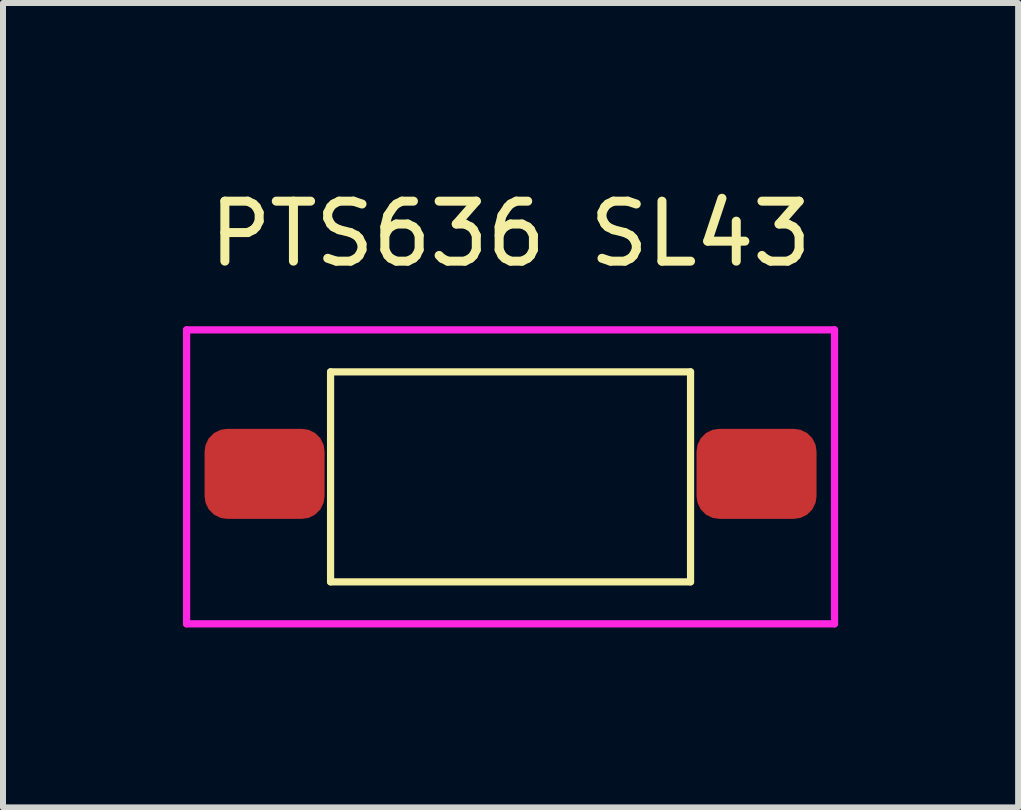
<source format=kicad_pcb>
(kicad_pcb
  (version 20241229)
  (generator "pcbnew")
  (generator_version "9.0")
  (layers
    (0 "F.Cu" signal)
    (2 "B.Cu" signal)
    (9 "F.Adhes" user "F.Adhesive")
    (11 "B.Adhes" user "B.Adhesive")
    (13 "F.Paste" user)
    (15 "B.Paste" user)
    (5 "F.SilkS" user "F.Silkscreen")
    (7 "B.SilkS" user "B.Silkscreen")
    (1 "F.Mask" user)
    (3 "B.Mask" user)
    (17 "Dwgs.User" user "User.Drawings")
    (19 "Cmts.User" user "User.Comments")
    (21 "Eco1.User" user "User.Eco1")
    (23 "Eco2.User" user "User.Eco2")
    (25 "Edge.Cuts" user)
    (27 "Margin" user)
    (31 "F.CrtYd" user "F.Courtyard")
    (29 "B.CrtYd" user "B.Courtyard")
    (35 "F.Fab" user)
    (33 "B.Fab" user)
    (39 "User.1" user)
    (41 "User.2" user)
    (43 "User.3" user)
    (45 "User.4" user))
  (footprint "PTS636 SL43"
    (layer "F.Cu")
    (at 5.46 4.848)
    (property "Reference" "PTS636 SL43" (at 0 -4 0) (layer "F.SilkS") (effects (font (size 1 1) (thickness 0.15))))
    (attr through_hole)
    (fp_line (start -3 -1.7) (end 3 -1.7) (stroke (width 0.12) (type solid)) (layer "F.SilkS"))
    (fp_line (start -3 1.8) (end -3 -1.7) (stroke (width 0.12) (type solid)) (layer "F.SilkS"))
    (fp_line (start 3 -1.7) (end 3 1.8) (stroke (width 0.12) (type solid)) (layer "F.SilkS"))
    (fp_line (start 3 1.8) (end -3 1.8) (stroke (width 0.12) (type solid)) (layer "F.SilkS"))
    (fp_line (start -5.4 -2.4) (end 5.4 -2.4) (stroke (width 0.12) (type solid)) (layer "F.CrtYd"))
    (fp_line (start -5.4 2.5) (end -5.4 -2.4) (stroke (width 0.12) (type solid)) (layer "F.CrtYd"))
    (fp_line (start 5.4 -2.4) (end 5.4 2.5) (stroke (width 0.12) (type solid)) (layer "F.CrtYd"))
    (fp_line (start 5.4 2.5) (end -5.4 2.5) (stroke (width 0.12) (type solid)) (layer "F.CrtYd"))
    (pad "1" smd roundrect (at -4.1 0) (size 2 1.5) (layers "F.Cu" "F.Mask" "F.Paste") (roundrect_rratio 0.25))
    (pad "2" smd roundrect (at 4.1 0) (size 2 1.5) (layers "F.Cu" "F.Mask" "F.Paste") (roundrect_rratio 0.25)))
  (gr_rect
    (start -3 -3)
    (end 13.92 10.408)
    (stroke (width 0.1) (type default))
    (fill no)
    (layer "Edge.Cuts")))
</source>
